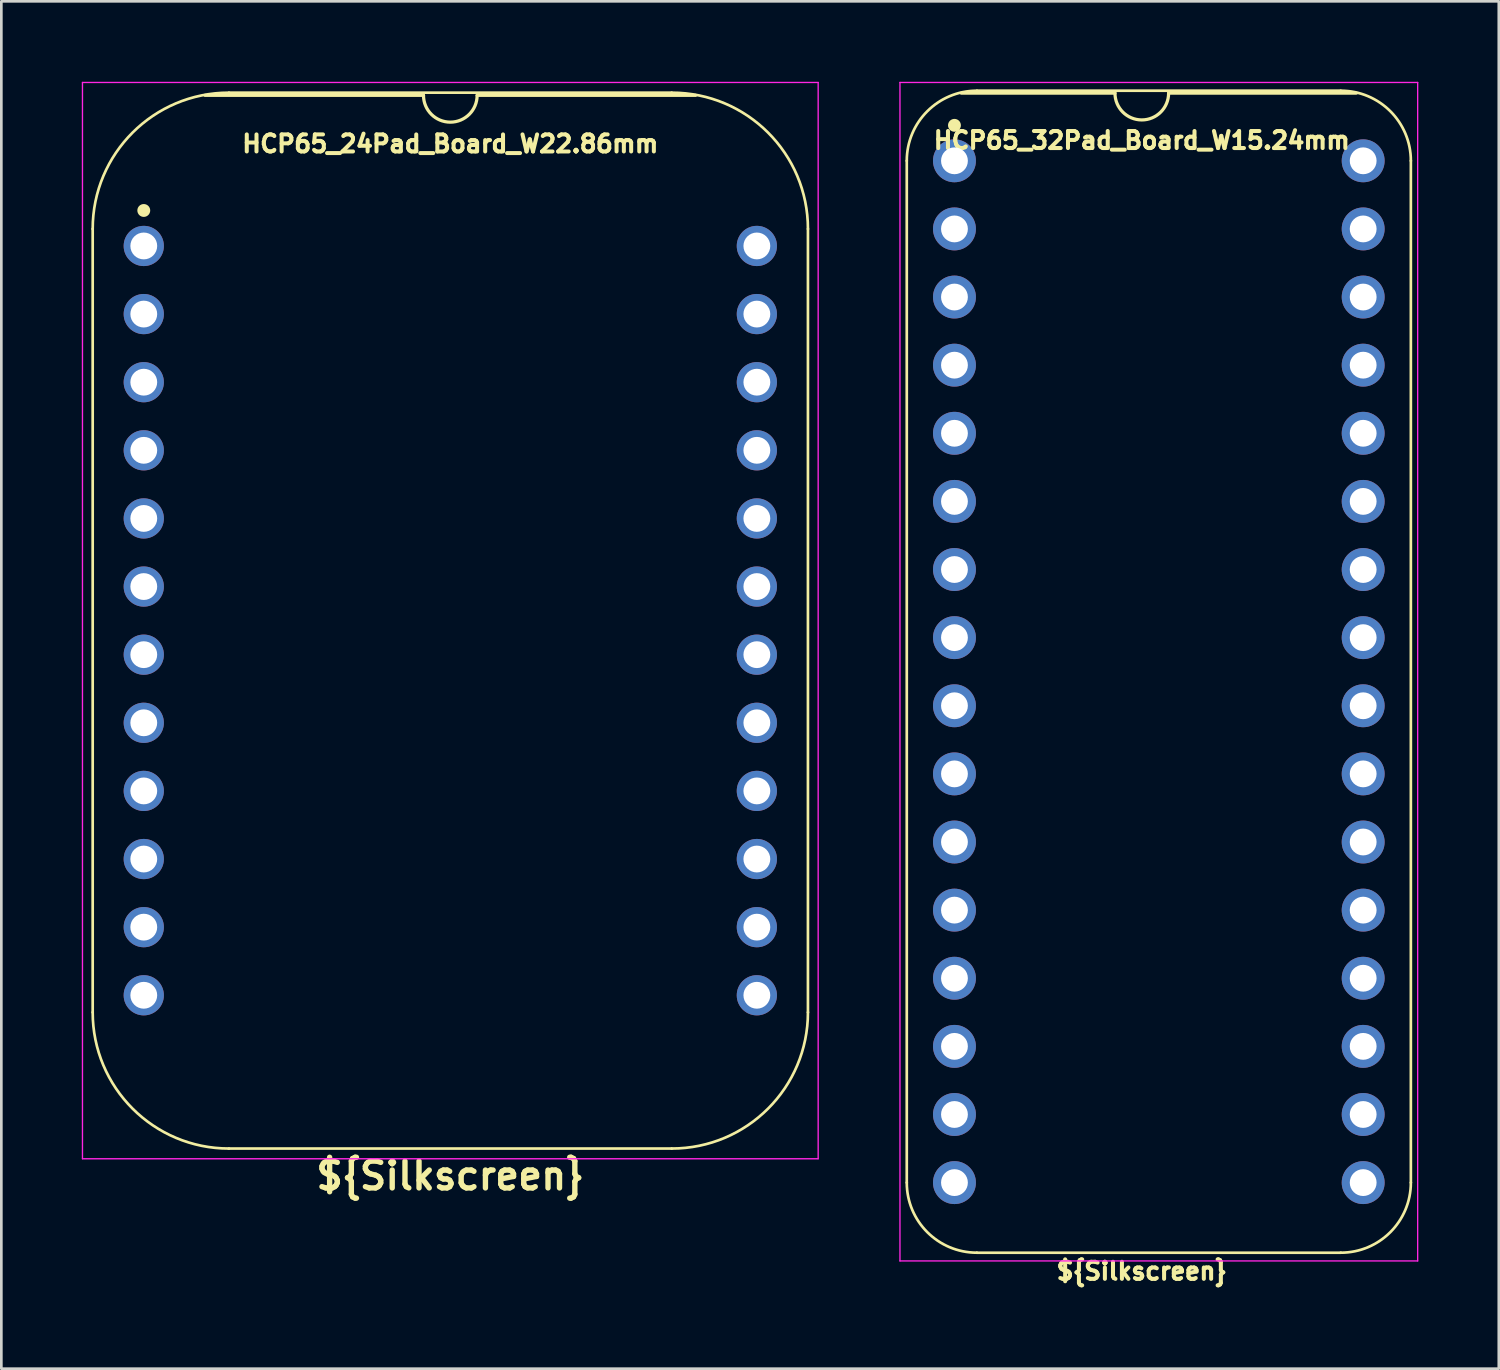
<source format=kicad_pcb>
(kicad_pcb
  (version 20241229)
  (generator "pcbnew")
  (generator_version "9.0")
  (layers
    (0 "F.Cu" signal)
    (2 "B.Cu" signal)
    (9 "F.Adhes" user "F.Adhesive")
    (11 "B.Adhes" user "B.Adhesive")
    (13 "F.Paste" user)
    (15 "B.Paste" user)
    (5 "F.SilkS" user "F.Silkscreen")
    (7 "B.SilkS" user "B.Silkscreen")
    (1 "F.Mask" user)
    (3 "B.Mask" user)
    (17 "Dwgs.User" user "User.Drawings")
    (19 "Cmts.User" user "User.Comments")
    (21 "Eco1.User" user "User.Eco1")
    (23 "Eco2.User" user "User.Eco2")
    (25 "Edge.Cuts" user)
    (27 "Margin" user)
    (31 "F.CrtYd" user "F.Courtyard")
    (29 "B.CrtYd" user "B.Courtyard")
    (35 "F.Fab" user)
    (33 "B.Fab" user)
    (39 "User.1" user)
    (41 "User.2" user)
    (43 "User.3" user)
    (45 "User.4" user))
  (footprint "HCP65_32Pad_Board_W15.24mm"
    (layer "F.Cu")
    (at 32.539 2.946)
    (property "Reference" "HCP65_32Pad_Board_W15.24mm" (at 6.985 -0.762 0) (layer "F.SilkS") (effects (font (size 0.635 0.635) (thickness 0.15))))
    (attr through_hole)
    (fp_line (start -1.778 38.1) (end -1.778 0) (stroke (width 0.1) (type solid)) (layer "F.SilkS"))
    (fp_line (start 0.836 -2.614) (end 14.404 -2.614) (stroke (width 0.1) (type solid)) (layer "F.SilkS"))
    (fp_line (start 5.985 -2.524) (end 0.254 -2.524) (stroke (width 0.12) (type solid)) (layer "F.SilkS"))
    (fp_line (start 14.404 40.714) (end 0.836 40.714) (stroke (width 0.1) (type solid)) (layer "F.SilkS"))
    (fp_line (start 14.986 -2.524) (end 7.985 -2.524) (stroke (width 0.12) (type solid)) (layer "F.SilkS"))
    (fp_line (start 17.018 38.1) (end 17.018 -0.000001) (stroke (width 0.1) (type solid)) (layer "F.SilkS"))
    (fp_arc (start -1.778 0) (mid -1.012456 -1.848188) (end 0.835732 -2.613732) (stroke (width 0.1) (type solid)) (layer "F.SilkS"))
    (fp_arc (start 0.835733 40.713733) (mid -1.012456 39.948189) (end -1.778 38.1) (stroke (width 0.1) (type solid)) (layer "F.SilkS"))
    (fp_arc (start 7.985 -2.524) (mid 6.985 -1.524) (end 5.985 -2.524) (stroke (width 0.12) (type solid)) (layer "F.SilkS"))
    (fp_arc (start 14.404267 -2.613733) (mid 16.252455 -1.848189) (end 17.017999 -0.000001) (stroke (width 0.1) (type solid)) (layer "F.SilkS"))
    (fp_arc (start 17.018 38.1) (mid 16.252455 39.948187) (end 14.404268 40.713732) (stroke (width 0.1) (type solid)) (layer "F.SilkS"))
    (fp_circle (center 0 -1.323) (end 0.18 -1.323) (stroke (width 0.12) (type solid)) (fill yes) (layer "F.SilkS"))
    (fp_line (start -2.032 -2.921) (end -2.032 41.021) (stroke (width 0.05) (type solid)) (layer "F.CrtYd"))
    (fp_line (start -2.032 -2.921) (end 17.272 -2.921) (stroke (width 0.05) (type solid)) (layer "F.CrtYd"))
    (fp_line (start -2.032 41.021) (end 17.272 41.021) (stroke (width 0.05) (type solid)) (layer "F.CrtYd"))
    (fp_line (start 17.272 -2.921) (end 17.272 41.021) (stroke (width 0.05) (type solid)) (layer "F.CrtYd"))
    (fp_text user "${Silkscreen}" (at 6.985 41.402 0) (layer "F.SilkS") (effects (font (size 0.635 0.635) (thickness 0.15))))
    (pad "1" thru_hole circle (at 0 0) (size 1.6 1.6) (drill 1) (layers "*.Cu" "*.Mask"))
    (pad "2" thru_hole circle (at 0 2.54) (size 1.6 1.6) (drill 1) (layers "*.Cu" "*.Mask"))
    (pad "3" thru_hole circle (at 0 5.08) (size 1.6 1.6) (drill 1) (layers "*.Cu" "*.Mask"))
    (pad "4" thru_hole circle (at 0 7.62) (size 1.6 1.6) (drill 1) (layers "*.Cu" "*.Mask"))
    (pad "5" thru_hole circle (at 0 10.16) (size 1.6 1.6) (drill 1) (layers "*.Cu" "*.Mask"))
    (pad "6" thru_hole circle (at 0 12.7) (size 1.6 1.6) (drill 1) (layers "*.Cu" "*.Mask"))
    (pad "7" thru_hole circle (at 0 15.24) (size 1.6 1.6) (drill 1) (layers "*.Cu" "*.Mask"))
    (pad "8" thru_hole circle (at 0 17.78) (size 1.6 1.6) (drill 1) (layers "*.Cu" "*.Mask"))
    (pad "9" thru_hole circle (at 0 20.32) (size 1.6 1.6) (drill 1) (layers "*.Cu" "*.Mask"))
    (pad "10" thru_hole circle (at 0 22.86) (size 1.6 1.6) (drill 1) (layers "*.Cu" "*.Mask"))
    (pad "11" thru_hole circle (at 0 25.4) (size 1.6 1.6) (drill 1) (layers "*.Cu" "*.Mask"))
    (pad "12" thru_hole circle (at 0 27.94) (size 1.6 1.6) (drill 1) (layers "*.Cu" "*.Mask"))
    (pad "13" thru_hole circle (at 0 30.48) (size 1.6 1.6) (drill 1) (layers "*.Cu" "*.Mask"))
    (pad "14" thru_hole circle (at 0 33.02) (size 1.6 1.6) (drill 1) (layers "*.Cu" "*.Mask"))
    (pad "15" thru_hole circle (at 0 35.56) (size 1.6 1.6) (drill 1) (layers "*.Cu" "*.Mask"))
    (pad "16" thru_hole circle (at 0 38.1) (size 1.6 1.6) (drill 1) (layers "*.Cu" "*.Mask"))
    (pad "17" thru_hole circle (at 15.24 38.1) (size 1.6 1.6) (drill 1) (layers "*.Cu" "*.Mask"))
    (pad "18" thru_hole circle (at 15.24 35.56) (size 1.6 1.6) (drill 1) (layers "*.Cu" "*.Mask"))
    (pad "19" thru_hole circle (at 15.24 33.02) (size 1.6 1.6) (drill 1) (layers "*.Cu" "*.Mask"))
    (pad "20" thru_hole circle (at 15.24 30.48) (size 1.6 1.6) (drill 1) (layers "*.Cu" "*.Mask"))
    (pad "21" thru_hole circle (at 15.24 27.94) (size 1.6 1.6) (drill 1) (layers "*.Cu" "*.Mask"))
    (pad "22" thru_hole circle (at 15.24 25.4) (size 1.6 1.6) (drill 1) (layers "*.Cu" "*.Mask"))
    (pad "23" thru_hole circle (at 15.24 22.86) (size 1.6 1.6) (drill 1) (layers "*.Cu" "*.Mask"))
    (pad "24" thru_hole circle (at 15.24 20.32) (size 1.6 1.6) (drill 1) (layers "*.Cu" "*.Mask"))
    (pad "25" thru_hole circle (at 15.24 17.78) (size 1.6 1.6) (drill 1) (layers "*.Cu" "*.Mask"))
    (pad "26" thru_hole circle (at 15.24 15.24) (size 1.6 1.6) (drill 1) (layers "*.Cu" "*.Mask"))
    (pad "27" thru_hole circle (at 15.24 12.7) (size 1.6 1.6) (drill 1) (layers "*.Cu" "*.Mask"))
    (pad "28" thru_hole circle (at 15.24 10.16) (size 1.6 1.6) (drill 1) (layers "*.Cu" "*.Mask"))
    (pad "29" thru_hole circle (at 15.24 7.62) (size 1.6 1.6) (drill 1) (layers "*.Cu" "*.Mask"))
    (pad "30" thru_hole circle (at 15.24 5.08) (size 1.6 1.6) (drill 1) (layers "*.Cu" "*.Mask"))
    (pad "31" thru_hole circle (at 15.24 2.54) (size 1.6 1.6) (drill 1) (layers "*.Cu" "*.Mask"))
    (pad "32" thru_hole circle (at 15.24 0) (size 1.6 1.6) (drill 1) (layers "*.Cu" "*.Mask")))
  (footprint "HCP65_24Pad_Board_W22.86mm"
    (layer "F.Cu")
    (at 2.311 6.121)
    (property "Reference" "HCP65_24Pad_Board_W22.86mm" (at 11.43 -3.81 0) (layer "F.SilkS") (effects (font (size 0.635 0.635) (thickness 0.15))))
    (attr through_hole)
    (fp_line (start -1.905 -0.635) (end -1.905 28.575) (stroke (width 0.1) (type solid)) (layer "F.SilkS"))
    (fp_line (start 10.43 -5.616) (end 2.286 -5.616) (stroke (width 0.12) (type solid)) (layer "F.SilkS"))
    (fp_line (start 19.685 -5.715) (end 3.175 -5.715) (stroke (width 0.1) (type solid)) (layer "F.SilkS"))
    (fp_line (start 19.685 33.655) (end 3.175 33.655) (stroke (width 0.1) (type solid)) (layer "F.SilkS"))
    (fp_line (start 20.574 -5.616) (end 12.43 -5.616) (stroke (width 0.12) (type solid)) (layer "F.SilkS"))
    (fp_line (start 24.765 28.575) (end 24.765 -0.635) (stroke (width 0.1) (type solid)) (layer "F.SilkS"))
    (fp_arc (start -1.905 -0.635) (mid -0.417102 -4.227102) (end 3.175 -5.715) (stroke (width 0.1) (type solid)) (layer "F.SilkS"))
    (fp_arc (start 3.175 33.655) (mid -0.417102 32.167102) (end -1.905 28.575) (stroke (width 0.1) (type solid)) (layer "F.SilkS"))
    (fp_arc (start 12.43 -5.616) (mid 11.43 -4.616) (end 10.43 -5.616) (stroke (width 0.12) (type solid)) (layer "F.SilkS"))
    (fp_arc (start 19.685 -5.715) (mid 23.277102 -4.227102) (end 24.765 -0.635) (stroke (width 0.1) (type solid)) (layer "F.SilkS"))
    (fp_arc (start 24.765 28.575) (mid 23.277102 32.167102) (end 19.685 33.655) (stroke (width 0.1) (type solid)) (layer "F.SilkS"))
    (fp_circle (center 0 -1.323) (end 0.18 -1.323) (stroke (width 0.12) (type solid)) (fill yes) (layer "F.SilkS"))
    (fp_line (start -2.286 -6.096) (end -2.286 34.036) (stroke (width 0.05) (type solid)) (layer "F.CrtYd"))
    (fp_line (start -2.286 -6.096) (end 25.146 -6.096) (stroke (width 0.05) (type solid)) (layer "F.CrtYd"))
    (fp_line (start -2.286 34.036) (end 25.146 34.036) (stroke (width 0.05) (type solid)) (layer "F.CrtYd"))
    (fp_line (start 25.146 34.036) (end 25.146 -6.096) (stroke (width 0.05) (type solid)) (layer "F.CrtYd"))
    (fp_text user "${Silkscreen}" (at 11.43 34.671 0) (layer "F.SilkS") (effects (font (size 1 1) (thickness 0.2) (bold yes))))
    (pad "1" thru_hole circle (at 0 0) (size 1.5 1.5) (drill 1) (layers "*.Cu" "*.Mask"))
    (pad "2" thru_hole circle (at 0 2.54) (size 1.5 1.5) (drill 1) (layers "*.Cu" "*.Mask"))
    (pad "3" thru_hole circle (at 0 5.08) (size 1.5 1.5) (drill 1) (layers "*.Cu" "*.Mask"))
    (pad "4" thru_hole circle (at 0 7.62) (size 1.5 1.5) (drill 1) (layers "*.Cu" "*.Mask"))
    (pad "5" thru_hole circle (at 0 10.16) (size 1.5 1.5) (drill 1) (layers "*.Cu" "*.Mask"))
    (pad "6" thru_hole circle (at 0 12.7) (size 1.5 1.5) (drill 1) (layers "*.Cu" "*.Mask"))
    (pad "7" thru_hole circle (at 0 15.24) (size 1.5 1.5) (drill 1) (layers "*.Cu" "*.Mask"))
    (pad "8" thru_hole circle (at 0 17.78) (size 1.5 1.5) (drill 1) (layers "*.Cu" "*.Mask"))
    (pad "9" thru_hole circle (at 0 20.32) (size 1.5 1.5) (drill 1) (layers "*.Cu" "*.Mask"))
    (pad "10" thru_hole circle (at 0 22.86) (size 1.5 1.5) (drill 1) (layers "*.Cu" "*.Mask"))
    (pad "11" thru_hole circle (at 0 25.4) (size 1.5 1.5) (drill 1) (layers "*.Cu" "*.Mask"))
    (pad "12" thru_hole circle (at 0 27.94) (size 1.5 1.5) (drill 1) (layers "*.Cu" "*.Mask"))
    (pad "13" thru_hole circle (at 22.86 27.94) (size 1.5 1.5) (drill 1) (layers "*.Cu" "*.Mask"))
    (pad "14" thru_hole circle (at 22.86 25.4) (size 1.5 1.5) (drill 1) (layers "*.Cu" "*.Mask"))
    (pad "15" thru_hole circle (at 22.86 22.86) (size 1.5 1.5) (drill 1) (layers "*.Cu" "*.Mask"))
    (pad "16" thru_hole circle (at 22.86 20.32) (size 1.5 1.5) (drill 1) (layers "*.Cu" "*.Mask"))
    (pad "17" thru_hole circle (at 22.86 17.78) (size 1.5 1.5) (drill 1) (layers "*.Cu" "*.Mask"))
    (pad "18" thru_hole circle (at 22.86 15.24) (size 1.5 1.5) (drill 1) (layers "*.Cu" "*.Mask"))
    (pad "19" thru_hole circle (at 22.86 12.7) (size 1.5 1.5) (drill 1) (layers "*.Cu" "*.Mask"))
    (pad "20" thru_hole circle (at 22.86 10.16) (size 1.5 1.5) (drill 1) (layers "*.Cu" "*.Mask"))
    (pad "21" thru_hole circle (at 22.86 7.62) (size 1.5 1.5) (drill 1) (layers "*.Cu" "*.Mask"))
    (pad "22" thru_hole circle (at 22.86 5.08) (size 1.5 1.5) (drill 1) (layers "*.Cu" "*.Mask"))
    (pad "23" thru_hole circle (at 22.86 2.54) (size 1.5 1.5) (drill 1) (layers "*.Cu" "*.Mask"))
    (pad "24" thru_hole circle (at 22.86 0) (size 1.5 1.5) (drill 1) (layers "*.Cu" "*.Mask")))
  (gr_rect
    (start -3 -3)
    (end 52.836 47.983)
    (stroke (width 0.1) (type default))
    (fill no)
    (layer "Edge.Cuts")))
</source>
